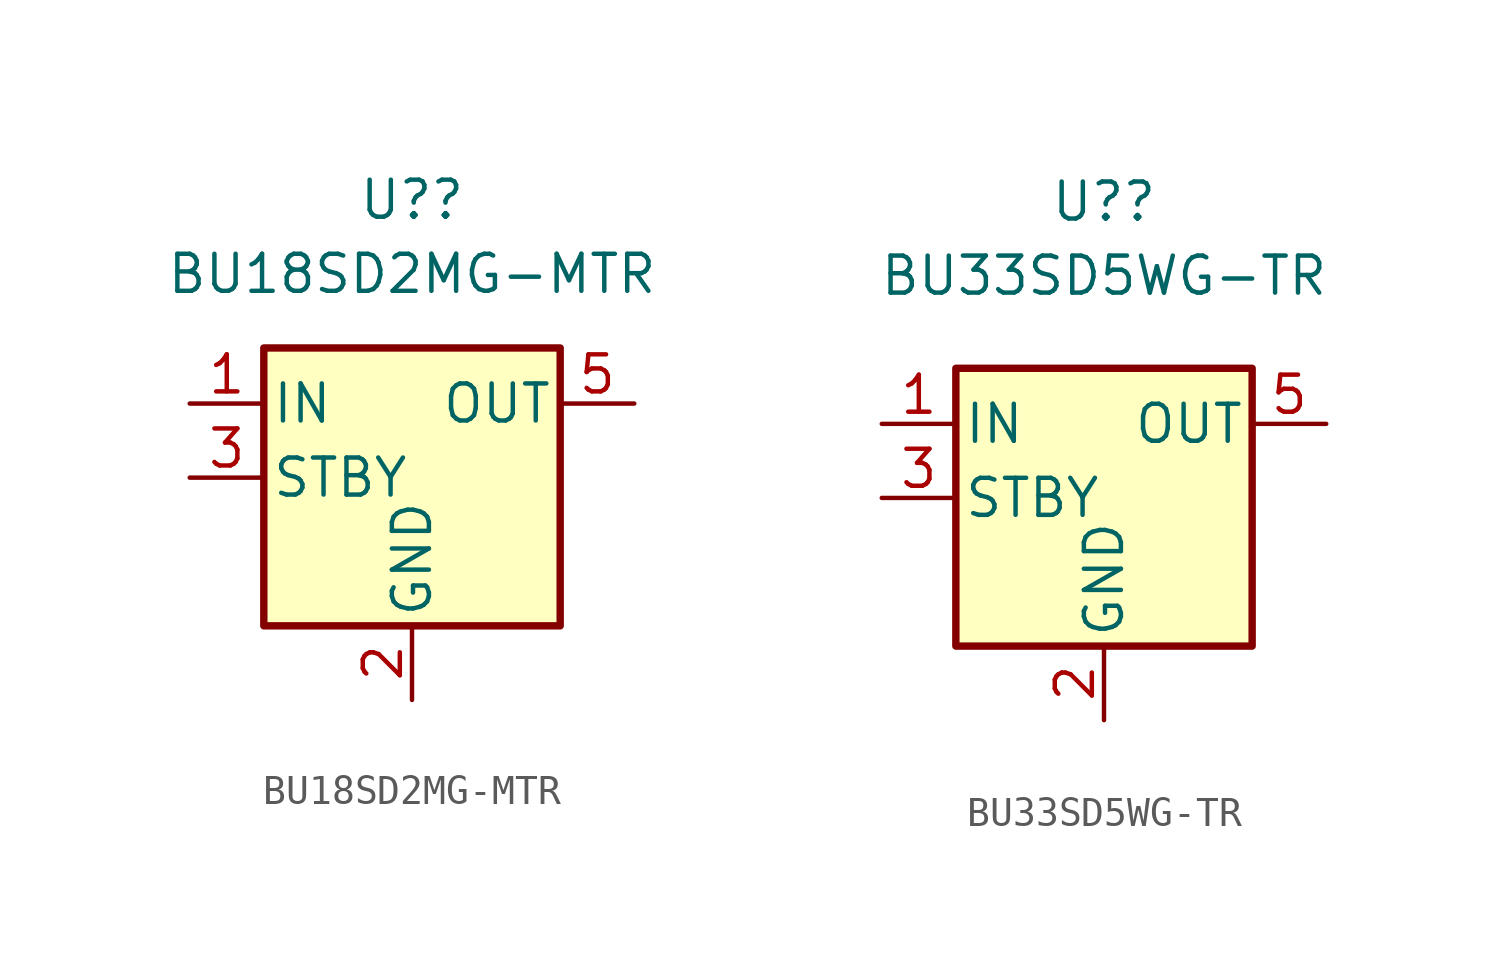
<source format=kicad_sym>
(kicad_symbol_lib
  (version 20211014)
  (generator kicad_symbol_editor)
  (symbol "BU18SD2MG-MTR"
    (pin_names
      (offset 0.254))
    (property "Reference" "U?"
      (at 0 9.525 0)
      (effects (font (size 1.27 1.27))))
    (property "Value" "BU18SD2MG-MTR"
      (at 0 6.985 0)
      (effects (font (size 1.27 1.27))))
    (symbol "BU18SD2MG-MTR_0_1"
      (rectangle (start -5.08 4.445) (end 5.08 -5.08) (stroke (width 0.254) (type default) (color 0 0 0 0)) (fill (type background))))
    (symbol "BU18SD2MG-MTR_1_1"
      (pin power_in line (at -7.62 2.54 0) (length 2.54) (name "IN" (effects (font (size 1.27 1.27)))) (number "1" (effects (font (size 1.27 1.27)))))
      (pin power_in line (at 0 -7.62 90) (length 2.54) (name "GND" (effects (font (size 1.27 1.27)))) (number "2" (effects (font (size 1.27 1.27)))))
      (pin input line (at -7.62 0 0) (length 2.54) (name "STBY" (effects (font (size 1.27 1.27)))) (number "3" (effects (font (size 1.27 1.27)))))
      (pin no_connect line (at 5.08 0 180) (length 2.54) hide (name "NC" (effects (font (size 1.27 1.27)))) (number "4" (effects (font (size 1.27 1.27)))))
      (pin power_out line (at 7.62 2.54 180) (length 2.54) (name "OUT" (effects (font (size 1.27 1.27)))) (number "5" (effects (font (size 1.27 1.27)))))))
  (symbol "BU33SD5WG-TR"
    (pin_names
      (offset 0.254))
    (property "Reference" "U?"
      (at 0 10.16 0)
      (effects (font (size 1.27 1.27))))
    (property "Value" "BU33SD5WG-TR"
      (at 0 7.62 0)
      (effects (font (size 1.27 1.27))))
    (symbol "BU33SD5WG-TR_0_1"
      (rectangle (start -5.08 4.445) (end 5.08 -5.08) (stroke (width 0.254) (type default) (color 0 0 0 0)) (fill (type background))))
    (symbol "BU33SD5WG-TR_1_1"
      (pin power_in line (at -7.62 2.54 0) (length 2.54) (name "IN" (effects (font (size 1.27 1.27)))) (number "1" (effects (font (size 1.27 1.27)))))
      (pin power_in line (at 0 -7.62 90) (length 2.54) (name "GND" (effects (font (size 1.27 1.27)))) (number "2" (effects (font (size 1.27 1.27)))))
      (pin input line (at -7.62 0 0) (length 2.54) (name "STBY" (effects (font (size 1.27 1.27)))) (number "3" (effects (font (size 1.27 1.27)))))
      (pin no_connect line (at 5.08 0 180) (length 2.54) hide (name "NC" (effects (font (size 1.27 1.27)))) (number "4" (effects (font (size 1.27 1.27)))))
      (pin power_out line (at 7.62 2.54 180) (length 2.54) (name "OUT" (effects (font (size 1.27 1.27)))) (number "5" (effects (font (size 1.27 1.27))))))))
</source>
